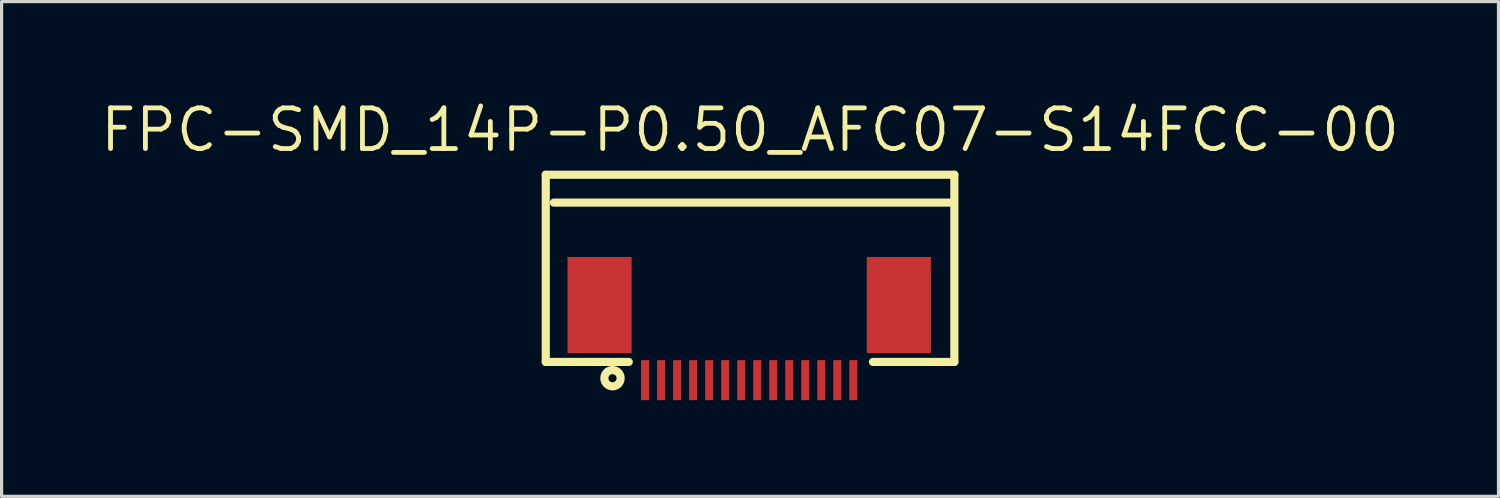
<source format=kicad_pcb>
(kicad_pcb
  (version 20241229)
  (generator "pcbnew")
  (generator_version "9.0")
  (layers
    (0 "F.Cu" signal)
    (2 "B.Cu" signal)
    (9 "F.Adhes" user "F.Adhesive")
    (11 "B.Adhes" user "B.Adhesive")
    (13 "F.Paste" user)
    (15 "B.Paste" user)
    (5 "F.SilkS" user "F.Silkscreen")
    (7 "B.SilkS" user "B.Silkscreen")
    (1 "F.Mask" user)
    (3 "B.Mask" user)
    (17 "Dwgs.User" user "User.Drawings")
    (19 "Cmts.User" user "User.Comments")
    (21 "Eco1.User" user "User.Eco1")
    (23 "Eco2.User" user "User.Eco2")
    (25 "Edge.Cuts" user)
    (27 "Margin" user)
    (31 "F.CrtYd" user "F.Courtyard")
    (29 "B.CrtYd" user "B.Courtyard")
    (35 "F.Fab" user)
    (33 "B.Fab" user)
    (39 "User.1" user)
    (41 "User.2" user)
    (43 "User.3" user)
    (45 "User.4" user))
  (footprint "FPC-SMD_14P-P0.50_AFC07-S14FCC-00"
    (layer "F.Cu")
    (at 20.331 7.642)
    (property "Reference" "FPC-SMD_14P-P0.50_AFC07-S14FCC-00" (at 0.026 -6.636 0) (layer "F.SilkS") (effects (font (size 1.27 1.27) (thickness 0.15))))
    (attr smd)
    (fp_line (start -6.349 -5.239) (end 6.402 -5.239) (stroke (width 0.254) (type solid)) (layer "F.SilkS"))
    (fp_line (start -6.349 0.603) (end -6.349 -5.239) (stroke (width 0.254) (type solid)) (layer "F.SilkS"))
    (fp_line (start -6.298 0.603) (end -6.349 0.603) (stroke (width 0.254) (type solid)) (layer "F.SilkS"))
    (fp_line (start -6.298 0.603) (end -3.758 0.603) (stroke (width 0.254) (type solid)) (layer "F.SilkS"))
    (fp_line (start -6.096 -4.369) (end 6.35 -4.369) (stroke (width 0.254) (type solid)) (layer "F.SilkS"))
    (fp_line (start 6.402 -5.239) (end 6.402 0.603) (stroke (width 0.254) (type solid)) (layer "F.SilkS"))
    (fp_line (start 6.402 0.603) (end 3.862 0.603) (stroke (width 0.254) (type solid)) (layer "F.SilkS"))
    (fp_circle (center -4.266 1.111) (end -4.012 1.111) (stroke (width 0.254) (type solid)) (fill no) (layer "F.SilkS"))
    (fp_text user "" (at 0 0 0) (layer "Cmts.User") (effects (font (size 1 1) (thickness 0.15))))
    (pad "1" smd rect (at -3.25 1.173) (size 0.25 1.25) (layers "F.Cu" "F.Mask" "F.Paste"))
    (pad "2" smd rect (at -2.75 1.173) (size 0.25 1.25) (layers "F.Cu" "F.Mask" "F.Paste"))
    (pad "3" smd rect (at -2.25 1.173) (size 0.25 1.25) (layers "F.Cu" "F.Mask" "F.Paste"))
    (pad "4" smd rect (at -1.75 1.173) (size 0.25 1.25) (layers "F.Cu" "F.Mask" "F.Paste"))
    (pad "5" smd rect (at -1.25 1.173) (size 0.25 1.25) (layers "F.Cu" "F.Mask" "F.Paste"))
    (pad "6" smd rect (at -0.75 1.173) (size 0.25 1.25) (layers "F.Cu" "F.Mask" "F.Paste"))
    (pad "7" smd rect (at -0.25 1.173) (size 0.25 1.25) (layers "F.Cu" "F.Mask" "F.Paste"))
    (pad "8" smd rect (at 0.25 1.173) (size 0.25 1.25) (layers "F.Cu" "F.Mask" "F.Paste"))
    (pad "9" smd rect (at 0.75 1.173) (size 0.25 1.25) (layers "F.Cu" "F.Mask" "F.Paste"))
    (pad "10" smd rect (at 1.25 1.173) (size 0.25 1.25) (layers "F.Cu" "F.Mask" "F.Paste"))
    (pad "11" smd rect (at 1.75 1.173) (size 0.25 1.25) (layers "F.Cu" "F.Mask" "F.Paste"))
    (pad "12" smd rect (at 2.25 1.173) (size 0.25 1.25) (layers "F.Cu" "F.Mask" "F.Paste"))
    (pad "13" smd rect (at 2.75 1.173) (size 0.25 1.25) (layers "F.Cu" "F.Mask" "F.Paste"))
    (pad "14" smd rect (at 3.25 1.173) (size 0.25 1.25) (layers "F.Cu" "F.Mask" "F.Paste"))
    (pad "15" smd rect (at 4.67 -1.173) (size 2 3) (layers "F.Cu" "F.Mask" "F.Paste"))
    (pad "16" smd rect (at -4.67 -1.173) (size 2 3) (layers "F.Cu" "F.Mask" "F.Paste")))
  (gr_rect
    (start -3 -3)
    (end 43.715 12.44)
    (stroke (width 0.1) (type default))
    (fill no)
    (layer "Edge.Cuts")))
</source>
